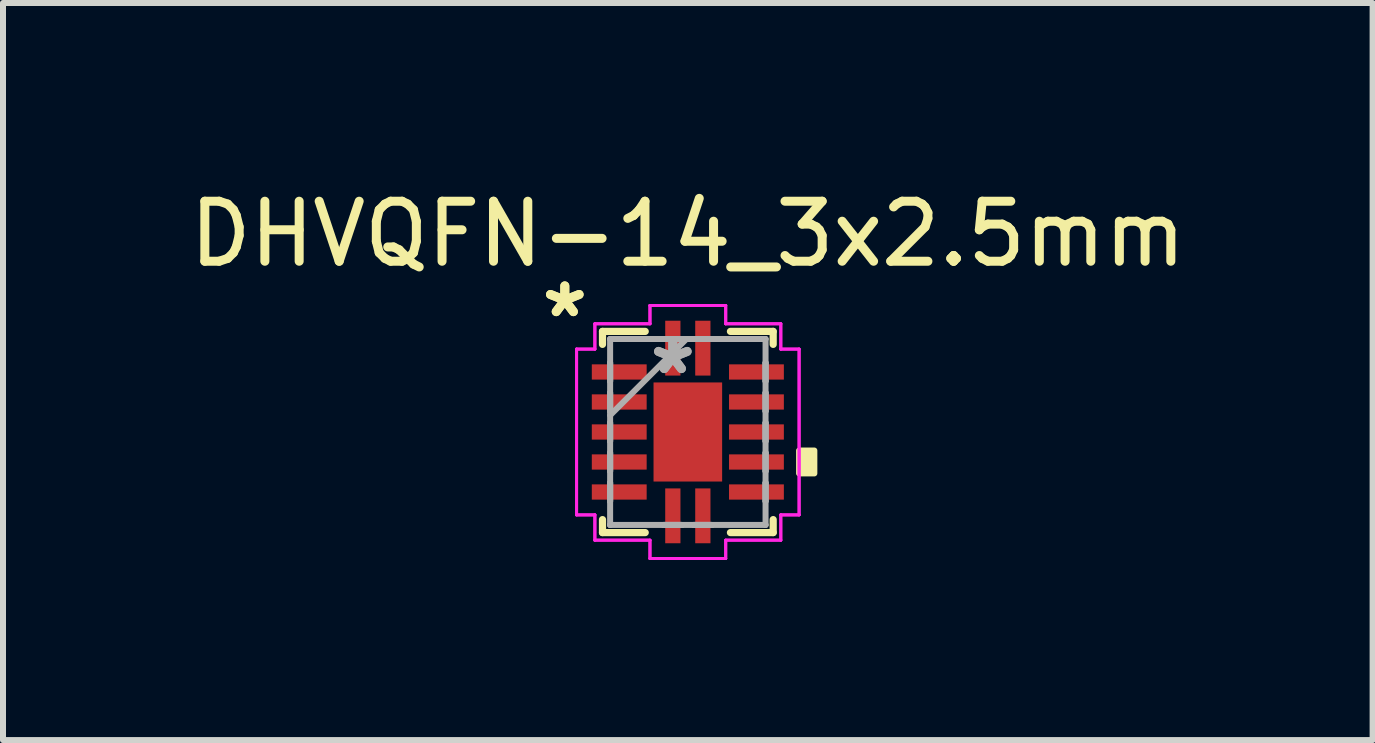
<source format=kicad_pcb>
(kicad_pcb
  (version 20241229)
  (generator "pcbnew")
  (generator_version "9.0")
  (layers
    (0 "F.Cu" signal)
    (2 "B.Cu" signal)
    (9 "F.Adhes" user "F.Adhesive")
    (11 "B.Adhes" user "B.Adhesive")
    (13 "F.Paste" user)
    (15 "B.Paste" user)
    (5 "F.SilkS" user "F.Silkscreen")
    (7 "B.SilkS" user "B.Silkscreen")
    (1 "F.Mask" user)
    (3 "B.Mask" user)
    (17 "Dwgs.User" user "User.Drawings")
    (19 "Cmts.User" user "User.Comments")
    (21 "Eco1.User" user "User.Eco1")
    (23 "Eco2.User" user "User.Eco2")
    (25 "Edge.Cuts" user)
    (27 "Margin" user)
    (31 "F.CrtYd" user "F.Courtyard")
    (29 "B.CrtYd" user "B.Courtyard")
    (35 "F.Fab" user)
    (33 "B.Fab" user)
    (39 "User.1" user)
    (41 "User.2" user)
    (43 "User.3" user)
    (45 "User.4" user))
  (footprint "DHVQFN-14_3x2.5mm"
    (layer "F.Cu")
    (at 8.411 4.148)
    (property "Reference" "DHVQFN-14_3x2.5mm" (at 0 -3.3 0) (layer "F.SilkS") (effects (font (size 1 1) (thickness 0.15))))
    (attr through_hole)
    (fp_line (start -1.422 -1.676) (end -1.422 -1.46) (stroke (width 0.12) (type solid)) (layer "F.SilkS"))
    (fp_line (start -1.422 1.46) (end -1.422 1.676) (stroke (width 0.12) (type solid)) (layer "F.SilkS"))
    (fp_line (start -1.422 1.676) (end -0.71 1.676) (stroke (width 0.12) (type solid)) (layer "F.SilkS"))
    (fp_line (start -0.71 -1.676) (end -1.422 -1.676) (stroke (width 0.12) (type solid)) (layer "F.SilkS"))
    (fp_line (start 0.71 1.676) (end 1.422 1.676) (stroke (width 0.12) (type solid)) (layer "F.SilkS"))
    (fp_line (start 1.422 -1.676) (end 0.71 -1.676) (stroke (width 0.12) (type solid)) (layer "F.SilkS"))
    (fp_line (start 1.422 -1.46) (end 1.422 -1.676) (stroke (width 0.12) (type solid)) (layer "F.SilkS"))
    (fp_line (start 1.422 1.676) (end 1.422 1.46) (stroke (width 0.12) (type solid)) (layer "F.SilkS"))
    (fp_poly (pts (xy 2.108 0.309) (xy 2.108 0.69) (xy 1.854 0.69) (xy 1.854 0.309)) (stroke (width 0.1) (type solid)) (fill yes) (layer "F.SilkS"))
    (fp_line (start -1.854 -1.381) (end -1.549 -1.381) (stroke (width 0.05) (type solid)) (layer "F.CrtYd"))
    (fp_line (start -1.854 -1.381) (end -1.549 -1.381) (stroke (width 0.05) (type solid)) (layer "F.CrtYd"))
    (fp_line (start -1.854 1.381) (end -1.854 -1.381) (stroke (width 0.05) (type solid)) (layer "F.CrtYd"))
    (fp_line (start -1.854 1.381) (end -1.854 -1.381) (stroke (width 0.05) (type solid)) (layer "F.CrtYd"))
    (fp_line (start -1.549 -1.803) (end -0.631 -1.803) (stroke (width 0.05) (type solid)) (layer "F.CrtYd"))
    (fp_line (start -1.549 -1.803) (end -0.631 -1.803) (stroke (width 0.05) (type solid)) (layer "F.CrtYd"))
    (fp_line (start -1.549 -1.381) (end -1.549 -1.803) (stroke (width 0.05) (type solid)) (layer "F.CrtYd"))
    (fp_line (start -1.549 -1.381) (end -1.549 -1.803) (stroke (width 0.05) (type solid)) (layer "F.CrtYd"))
    (fp_line (start -1.549 1.381) (end -1.854 1.381) (stroke (width 0.05) (type solid)) (layer "F.CrtYd"))
    (fp_line (start -1.549 1.381) (end -1.854 1.381) (stroke (width 0.05) (type solid)) (layer "F.CrtYd"))
    (fp_line (start -1.549 1.803) (end -1.549 1.381) (stroke (width 0.05) (type solid)) (layer "F.CrtYd"))
    (fp_line (start -1.549 1.803) (end -1.549 1.381) (stroke (width 0.05) (type solid)) (layer "F.CrtYd"))
    (fp_line (start -0.631 -2.108) (end 0.631 -2.108) (stroke (width 0.05) (type solid)) (layer "F.CrtYd"))
    (fp_line (start -0.631 -2.108) (end 0.631 -2.108) (stroke (width 0.05) (type solid)) (layer "F.CrtYd"))
    (fp_line (start -0.631 -1.803) (end -0.631 -2.108) (stroke (width 0.05) (type solid)) (layer "F.CrtYd"))
    (fp_line (start -0.631 -1.803) (end -0.631 -2.108) (stroke (width 0.05) (type solid)) (layer "F.CrtYd"))
    (fp_line (start -0.631 1.803) (end -1.549 1.803) (stroke (width 0.05) (type solid)) (layer "F.CrtYd"))
    (fp_line (start -0.631 1.803) (end -1.549 1.803) (stroke (width 0.05) (type solid)) (layer "F.CrtYd"))
    (fp_line (start -0.631 2.108) (end -0.631 1.803) (stroke (width 0.05) (type solid)) (layer "F.CrtYd"))
    (fp_line (start -0.631 2.108) (end -0.631 1.803) (stroke (width 0.05) (type solid)) (layer "F.CrtYd"))
    (fp_line (start 0.631 -2.108) (end 0.631 -1.803) (stroke (width 0.05) (type solid)) (layer "F.CrtYd"))
    (fp_line (start 0.631 -2.108) (end 0.631 -1.803) (stroke (width 0.05) (type solid)) (layer "F.CrtYd"))
    (fp_line (start 0.631 -1.803) (end 1.549 -1.803) (stroke (width 0.05) (type solid)) (layer "F.CrtYd"))
    (fp_line (start 0.631 -1.803) (end 1.549 -1.803) (stroke (width 0.05) (type solid)) (layer "F.CrtYd"))
    (fp_line (start 0.631 1.803) (end 0.631 2.108) (stroke (width 0.05) (type solid)) (layer "F.CrtYd"))
    (fp_line (start 0.631 1.803) (end 0.631 2.108) (stroke (width 0.05) (type solid)) (layer "F.CrtYd"))
    (fp_line (start 0.631 2.108) (end -0.631 2.108) (stroke (width 0.05) (type solid)) (layer "F.CrtYd"))
    (fp_line (start 0.631 2.108) (end -0.631 2.108) (stroke (width 0.05) (type solid)) (layer "F.CrtYd"))
    (fp_line (start 1.549 -1.803) (end 1.549 -1.381) (stroke (width 0.05) (type solid)) (layer "F.CrtYd"))
    (fp_line (start 1.549 -1.803) (end 1.549 -1.381) (stroke (width 0.05) (type solid)) (layer "F.CrtYd"))
    (fp_line (start 1.549 -1.381) (end 1.854 -1.381) (stroke (width 0.05) (type solid)) (layer "F.CrtYd"))
    (fp_line (start 1.549 -1.381) (end 1.854 -1.381) (stroke (width 0.05) (type solid)) (layer "F.CrtYd"))
    (fp_line (start 1.549 1.381) (end 1.549 1.803) (stroke (width 0.05) (type solid)) (layer "F.CrtYd"))
    (fp_line (start 1.549 1.381) (end 1.549 1.803) (stroke (width 0.05) (type solid)) (layer "F.CrtYd"))
    (fp_line (start 1.549 1.803) (end 0.631 1.803) (stroke (width 0.05) (type solid)) (layer "F.CrtYd"))
    (fp_line (start 1.549 1.803) (end 0.631 1.803) (stroke (width 0.05) (type solid)) (layer "F.CrtYd"))
    (fp_line (start 1.854 -1.381) (end 1.854 1.381) (stroke (width 0.05) (type solid)) (layer "F.CrtYd"))
    (fp_line (start 1.854 -1.381) (end 1.854 1.381) (stroke (width 0.05) (type solid)) (layer "F.CrtYd"))
    (fp_line (start 1.854 1.381) (end 1.549 1.381) (stroke (width 0.05) (type solid)) (layer "F.CrtYd"))
    (fp_line (start 1.854 1.381) (end 1.549 1.381) (stroke (width 0.05) (type solid)) (layer "F.CrtYd"))
    (fp_line (start -1.295 -1.549) (end -1.295 -1.549) (stroke (width 0.1) (type solid)) (layer "F.Fab"))
    (fp_line (start -1.295 -1.549) (end -1.295 1.549) (stroke (width 0.1) (type solid)) (layer "F.Fab"))
    (fp_line (start -1.295 -1.152) (end -1.295 -1.152) (stroke (width 0.1) (type solid)) (layer "F.Fab"))
    (fp_line (start -1.295 -1.152) (end -1.295 -0.848) (stroke (width 0.1) (type solid)) (layer "F.Fab"))
    (fp_line (start -1.295 -0.848) (end -1.295 -1.152) (stroke (width 0.1) (type solid)) (layer "F.Fab"))
    (fp_line (start -1.295 -0.848) (end -1.295 -0.848) (stroke (width 0.1) (type solid)) (layer "F.Fab"))
    (fp_line (start -1.295 -0.652) (end -1.295 -0.652) (stroke (width 0.1) (type solid)) (layer "F.Fab"))
    (fp_line (start -1.295 -0.652) (end -1.295 -0.348) (stroke (width 0.1) (type solid)) (layer "F.Fab"))
    (fp_line (start -1.295 -0.348) (end -1.295 -0.652) (stroke (width 0.1) (type solid)) (layer "F.Fab"))
    (fp_line (start -1.295 -0.348) (end -1.295 -0.348) (stroke (width 0.1) (type solid)) (layer "F.Fab"))
    (fp_line (start -1.295 -0.279) (end -0.025 -1.549) (stroke (width 0.1) (type solid)) (layer "F.Fab"))
    (fp_line (start -1.295 -0.152) (end -1.295 -0.152) (stroke (width 0.1) (type solid)) (layer "F.Fab"))
    (fp_line (start -1.295 -0.152) (end -1.295 0.152) (stroke (width 0.1) (type solid)) (layer "F.Fab"))
    (fp_line (start -1.295 0.152) (end -1.295 -0.152) (stroke (width 0.1) (type solid)) (layer "F.Fab"))
    (fp_line (start -1.295 0.152) (end -1.295 0.152) (stroke (width 0.1) (type solid)) (layer "F.Fab"))
    (fp_line (start -1.295 0.348) (end -1.295 0.348) (stroke (width 0.1) (type solid)) (layer "F.Fab"))
    (fp_line (start -1.295 0.348) (end -1.295 0.652) (stroke (width 0.1) (type solid)) (layer "F.Fab"))
    (fp_line (start -1.295 0.652) (end -1.295 0.348) (stroke (width 0.1) (type solid)) (layer "F.Fab"))
    (fp_line (start -1.295 0.652) (end -1.295 0.652) (stroke (width 0.1) (type solid)) (layer "F.Fab"))
    (fp_line (start -1.295 0.848) (end -1.295 0.848) (stroke (width 0.1) (type solid)) (layer "F.Fab"))
    (fp_line (start -1.295 0.848) (end -1.295 1.152) (stroke (width 0.1) (type solid)) (layer "F.Fab"))
    (fp_line (start -1.295 1.152) (end -1.295 0.848) (stroke (width 0.1) (type solid)) (layer "F.Fab"))
    (fp_line (start -1.295 1.152) (end -1.295 1.152) (stroke (width 0.1) (type solid)) (layer "F.Fab"))
    (fp_line (start -1.295 1.549) (end -1.295 1.549) (stroke (width 0.1) (type solid)) (layer "F.Fab"))
    (fp_line (start -1.295 1.549) (end 1.295 1.549) (stroke (width 0.1) (type solid)) (layer "F.Fab"))
    (fp_line (start -0.402 -1.549) (end -0.402 -1.549) (stroke (width 0.1) (type solid)) (layer "F.Fab"))
    (fp_line (start -0.402 -1.549) (end -0.098 -1.549) (stroke (width 0.1) (type solid)) (layer "F.Fab"))
    (fp_line (start -0.402 1.549) (end -0.402 1.549) (stroke (width 0.1) (type solid)) (layer "F.Fab"))
    (fp_line (start -0.402 1.549) (end -0.098 1.549) (stroke (width 0.1) (type solid)) (layer "F.Fab"))
    (fp_line (start -0.098 -1.549) (end -0.402 -1.549) (stroke (width 0.1) (type solid)) (layer "F.Fab"))
    (fp_line (start -0.098 -1.549) (end -0.098 -1.549) (stroke (width 0.1) (type solid)) (layer "F.Fab"))
    (fp_line (start -0.098 1.549) (end -0.402 1.549) (stroke (width 0.1) (type solid)) (layer "F.Fab"))
    (fp_line (start -0.098 1.549) (end -0.098 1.549) (stroke (width 0.1) (type solid)) (layer "F.Fab"))
    (fp_line (start 0.098 -1.549) (end 0.098 -1.549) (stroke (width 0.1) (type solid)) (layer "F.Fab"))
    (fp_line (start 0.098 -1.549) (end 0.402 -1.549) (stroke (width 0.1) (type solid)) (layer "F.Fab"))
    (fp_line (start 0.098 1.549) (end 0.098 1.549) (stroke (width 0.1) (type solid)) (layer "F.Fab"))
    (fp_line (start 0.098 1.549) (end 0.402 1.549) (stroke (width 0.1) (type solid)) (layer "F.Fab"))
    (fp_line (start 0.402 -1.549) (end 0.098 -1.549) (stroke (width 0.1) (type solid)) (layer "F.Fab"))
    (fp_line (start 0.402 -1.549) (end 0.402 -1.549) (stroke (width 0.1) (type solid)) (layer "F.Fab"))
    (fp_line (start 0.402 1.549) (end 0.098 1.549) (stroke (width 0.1) (type solid)) (layer "F.Fab"))
    (fp_line (start 0.402 1.549) (end 0.402 1.549) (stroke (width 0.1) (type solid)) (layer "F.Fab"))
    (fp_line (start 1.295 -1.549) (end -1.295 -1.549) (stroke (width 0.1) (type solid)) (layer "F.Fab"))
    (fp_line (start 1.295 -1.549) (end 1.295 -1.549) (stroke (width 0.1) (type solid)) (layer "F.Fab"))
    (fp_line (start 1.295 -1.152) (end 1.295 -1.152) (stroke (width 0.1) (type solid)) (layer "F.Fab"))
    (fp_line (start 1.295 -1.152) (end 1.295 -0.848) (stroke (width 0.1) (type solid)) (layer "F.Fab"))
    (fp_line (start 1.295 -0.848) (end 1.295 -1.152) (stroke (width 0.1) (type solid)) (layer "F.Fab"))
    (fp_line (start 1.295 -0.848) (end 1.295 -0.848) (stroke (width 0.1) (type solid)) (layer "F.Fab"))
    (fp_line (start 1.295 -0.652) (end 1.295 -0.652) (stroke (width 0.1) (type solid)) (layer "F.Fab"))
    (fp_line (start 1.295 -0.652) (end 1.295 -0.348) (stroke (width 0.1) (type solid)) (layer "F.Fab"))
    (fp_line (start 1.295 -0.348) (end 1.295 -0.652) (stroke (width 0.1) (type solid)) (layer "F.Fab"))
    (fp_line (start 1.295 -0.348) (end 1.295 -0.348) (stroke (width 0.1) (type solid)) (layer "F.Fab"))
    (fp_line (start 1.295 -0.152) (end 1.295 -0.152) (stroke (width 0.1) (type solid)) (layer "F.Fab"))
    (fp_line (start 1.295 -0.152) (end 1.295 0.152) (stroke (width 0.1) (type solid)) (layer "F.Fab"))
    (fp_line (start 1.295 0.152) (end 1.295 -0.152) (stroke (width 0.1) (type solid)) (layer "F.Fab"))
    (fp_line (start 1.295 0.152) (end 1.295 0.152) (stroke (width 0.1) (type solid)) (layer "F.Fab"))
    (fp_line (start 1.295 0.348) (end 1.295 0.348) (stroke (width 0.1) (type solid)) (layer "F.Fab"))
    (fp_line (start 1.295 0.348) (end 1.295 0.652) (stroke (width 0.1) (type solid)) (layer "F.Fab"))
    (fp_line (start 1.295 0.652) (end 1.295 0.348) (stroke (width 0.1) (type solid)) (layer "F.Fab"))
    (fp_line (start 1.295 0.652) (end 1.295 0.652) (stroke (width 0.1) (type solid)) (layer "F.Fab"))
    (fp_line (start 1.295 0.848) (end 1.295 0.848) (stroke (width 0.1) (type solid)) (layer "F.Fab"))
    (fp_line (start 1.295 0.848) (end 1.295 1.152) (stroke (width 0.1) (type solid)) (layer "F.Fab"))
    (fp_line (start 1.295 1.152) (end 1.295 0.848) (stroke (width 0.1) (type solid)) (layer "F.Fab"))
    (fp_line (start 1.295 1.152) (end 1.295 1.152) (stroke (width 0.1) (type solid)) (layer "F.Fab"))
    (fp_line (start 1.295 1.549) (end 1.295 -1.549) (stroke (width 0.1) (type solid)) (layer "F.Fab"))
    (fp_line (start 1.295 1.549) (end 1.295 1.549) (stroke (width 0.1) (type solid)) (layer "F.Fab"))
    (fp_text user "*" (at -2.05 -1.889 0) (layer "F.SilkS") (effects (font (size 1 1) (thickness 0.15))))
    (fp_text user "*" (at -2.05 -1.889 0) (layer "F.SilkS") (effects (font (size 1 1) (thickness 0.15))))
    (fp_text user "*" (at -0.25 -0.94 0) (layer "F.Fab") (effects (font (size 1 1) (thickness 0.15))))
    (fp_text user "*" (at -0.25 -0.94 0) (layer "F.Fab") (effects (font (size 1 1) (thickness 0.15))))
    (pad "1" smd rect (at -0.25 -1.397) (size 0.254 0.914) (layers "F.Cu" "F.Mask" "F.Paste"))
    (pad "2" smd rect (at -1.143 -1 90) (size 0.254 0.914) (layers "F.Cu" "F.Mask" "F.Paste"))
    (pad "3" smd rect (at -1.143 -0.5 90) (size 0.254 0.914) (layers "F.Cu" "F.Mask" "F.Paste"))
    (pad "4" smd rect (at -1.143 0 90) (size 0.254 0.914) (layers "F.Cu" "F.Mask" "F.Paste"))
    (pad "5" smd rect (at -1.143 0.5 90) (size 0.254 0.914) (layers "F.Cu" "F.Mask" "F.Paste"))
    (pad "6" smd rect (at -1.143 1 90) (size 0.254 0.914) (layers "F.Cu" "F.Mask" "F.Paste"))
    (pad "7" smd rect (at -0.25 1.397) (size 0.254 0.914) (layers "F.Cu" "F.Mask" "F.Paste"))
    (pad "8" smd rect (at 0.25 1.397) (size 0.254 0.914) (layers "F.Cu" "F.Mask" "F.Paste"))
    (pad "9" smd rect (at 1.143 1 90) (size 0.254 0.914) (layers "F.Cu" "F.Mask" "F.Paste"))
    (pad "10" smd rect (at 1.143 0.5 90) (size 0.254 0.914) (layers "F.Cu" "F.Mask" "F.Paste"))
    (pad "11" smd rect (at 1.143 0 90) (size 0.254 0.914) (layers "F.Cu" "F.Mask" "F.Paste"))
    (pad "12" smd rect (at 1.143 -0.5 90) (size 0.254 0.914) (layers "F.Cu" "F.Mask" "F.Paste"))
    (pad "13" smd rect (at 1.143 -1 90) (size 0.254 0.914) (layers "F.Cu" "F.Mask" "F.Paste"))
    (pad "14" smd rect (at 0.25 -1.397) (size 0.254 0.914) (layers "F.Cu" "F.Mask" "F.Paste"))
    (pad "15" smd rect (at 0 0) (size 1.143 1.651) (layers "F.Cu" "F.Mask" "F.Paste")))
  (gr_rect
    (start -3 -3)
    (end 19.821 9.281)
    (stroke (width 0.1) (type default))
    (fill no)
    (layer "Edge.Cuts")))
</source>
